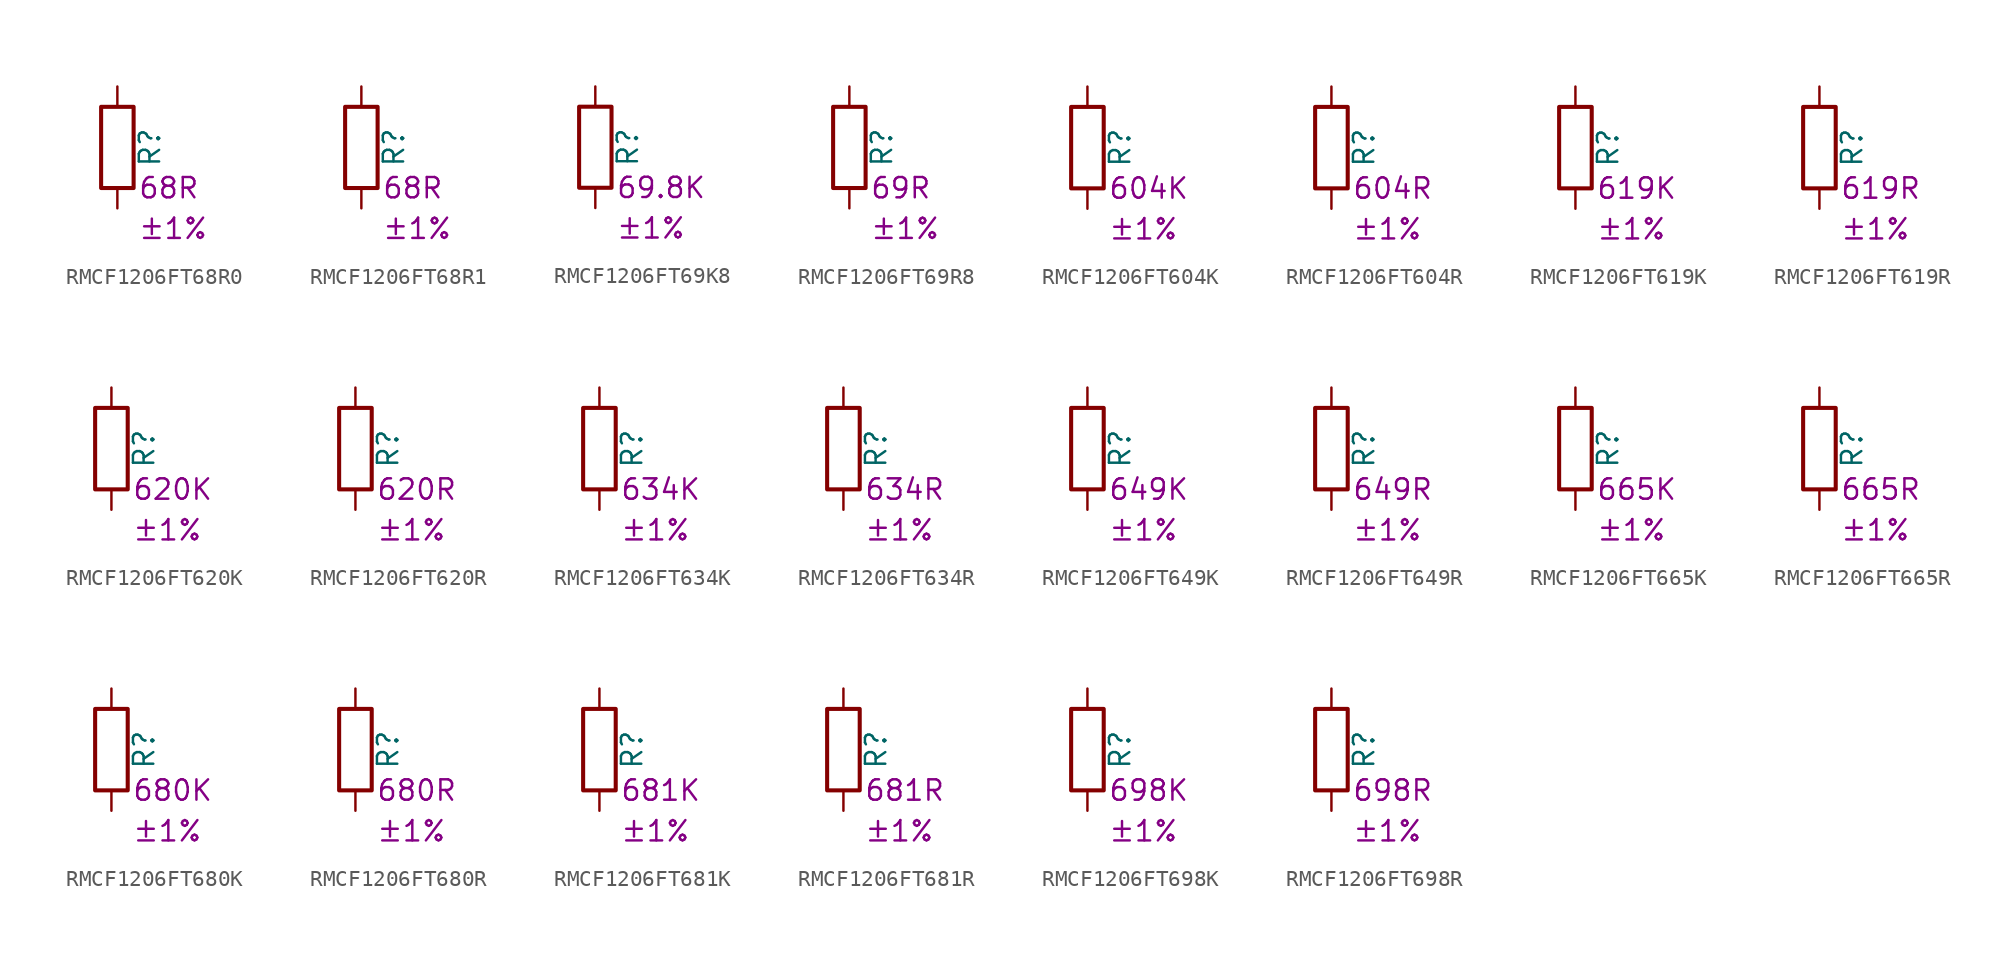
<source format=kicad_sym>
(kicad_symbol_lib
  (version 20220914)
  (generator kicad_symbol_editor)
  (symbol "RMCF1206FT68R0"
    (pin_numbers hide)
    (pin_names
      (offset 0))
    (property "Reference" "R"
      (at 2.032 0 90)
      (effects (font (size 1.27 1.27))))
    (property "Resistance" "68R"
      (at 1.27 -2.54 0)
      (effects (font (size 1.27 1.27)) (justify left)))
    (property "Tolerance" "±1%"
      (at 1.27 -5.08 0)
      (effects (font (size 1.27 1.27)) (justify left)))
    (symbol "RMCF1206FT68R0_0_1"
      (rectangle (start -1.016 -2.54) (end 1.016 2.54) (stroke (width 0.254) (type default)) (fill (type none))))
    (symbol "RMCF1206FT68R0_1_1"
      (pin passive line (at 0 3.81 270) (length 1.27) (name "~" (effects (font (size 1.27 1.27)))) (number "1" (effects (font (size 1.27 1.27)))))
      (pin passive line (at 0 -3.81 90) (length 1.27) (name "~" (effects (font (size 1.27 1.27)))) (number "2" (effects (font (size 1.27 1.27)))))))
  (symbol "RMCF1206FT68R1"
    (pin_numbers hide)
    (pin_names
      (offset 0))
    (property "Reference" "R"
      (at 2.032 0 90)
      (effects (font (size 1.27 1.27))))
    (property "Resistance" "68R"
      (at 1.27 -2.54 0)
      (effects (font (size 1.27 1.27)) (justify left)))
    (property "Tolerance" "±1%"
      (at 1.27 -5.08 0)
      (effects (font (size 1.27 1.27)) (justify left)))
    (symbol "RMCF1206FT68R1_0_1"
      (rectangle (start -1.016 -2.54) (end 1.016 2.54) (stroke (width 0.254) (type default)) (fill (type none))))
    (symbol "RMCF1206FT68R1_1_1"
      (pin passive line (at 0 3.81 270) (length 1.27) (name "~" (effects (font (size 1.27 1.27)))) (number "1" (effects (font (size 1.27 1.27)))))
      (pin passive line (at 0 -3.81 90) (length 1.27) (name "~" (effects (font (size 1.27 1.27)))) (number "2" (effects (font (size 1.27 1.27)))))))
  (symbol "RMCF1206FT69K8"
    (pin_numbers hide)
    (pin_names
      (offset 0))
    (property "Reference" "R"
      (at 2.032 0 90)
      (effects (font (size 1.27 1.27))))
    (property "Resistance" "69.8K"
      (at 1.27 -2.54 0)
      (effects (font (size 1.27 1.27)) (justify left)))
    (property "Tolerance" "±1%"
      (at 1.27 -5.08 0)
      (effects (font (size 1.27 1.27)) (justify left)))
    (symbol "RMCF1206FT69K8_0_1"
      (rectangle (start -1.016 -2.54) (end 1.016 2.54) (stroke (width 0.254) (type default)) (fill (type none))))
    (symbol "RMCF1206FT69K8_1_1"
      (pin passive line (at 0 3.81 270) (length 1.27) (name "~" (effects (font (size 1.27 1.27)))) (number "1" (effects (font (size 1.27 1.27)))))
      (pin passive line (at 0 -3.81 90) (length 1.27) (name "~" (effects (font (size 1.27 1.27)))) (number "2" (effects (font (size 1.27 1.27)))))))
  (symbol "RMCF1206FT69R8"
    (pin_numbers hide)
    (pin_names
      (offset 0))
    (property "Reference" "R"
      (at 2.032 0 90)
      (effects (font (size 1.27 1.27))))
    (property "Resistance" "69R"
      (at 1.27 -2.54 0)
      (effects (font (size 1.27 1.27)) (justify left)))
    (property "Tolerance" "±1%"
      (at 1.27 -5.08 0)
      (effects (font (size 1.27 1.27)) (justify left)))
    (symbol "RMCF1206FT69R8_0_1"
      (rectangle (start -1.016 -2.54) (end 1.016 2.54) (stroke (width 0.254) (type default)) (fill (type none))))
    (symbol "RMCF1206FT69R8_1_1"
      (pin passive line (at 0 3.81 270) (length 1.27) (name "~" (effects (font (size 1.27 1.27)))) (number "1" (effects (font (size 1.27 1.27)))))
      (pin passive line (at 0 -3.81 90) (length 1.27) (name "~" (effects (font (size 1.27 1.27)))) (number "2" (effects (font (size 1.27 1.27)))))))
  (symbol "RMCF1206FT604K"
    (pin_numbers hide)
    (pin_names
      (offset 0))
    (property "Reference" "R"
      (at 2.032 0 90)
      (effects (font (size 1.27 1.27))))
    (property "Resistance" "604K"
      (at 1.27 -2.54 0)
      (effects (font (size 1.27 1.27)) (justify left)))
    (property "Tolerance" "±1%"
      (at 1.27 -5.08 0)
      (effects (font (size 1.27 1.27)) (justify left)))
    (symbol "RMCF1206FT604K_0_1"
      (rectangle (start -1.016 -2.54) (end 1.016 2.54) (stroke (width 0.254) (type default)) (fill (type none))))
    (symbol "RMCF1206FT604K_1_1"
      (pin passive line (at 0 3.81 270) (length 1.27) (name "~" (effects (font (size 1.27 1.27)))) (number "1" (effects (font (size 1.27 1.27)))))
      (pin passive line (at 0 -3.81 90) (length 1.27) (name "~" (effects (font (size 1.27 1.27)))) (number "2" (effects (font (size 1.27 1.27)))))))
  (symbol "RMCF1206FT604R"
    (pin_numbers hide)
    (pin_names
      (offset 0))
    (property "Reference" "R"
      (at 2.032 0 90)
      (effects (font (size 1.27 1.27))))
    (property "Resistance" "604R"
      (at 1.27 -2.54 0)
      (effects (font (size 1.27 1.27)) (justify left)))
    (property "Tolerance" "±1%"
      (at 1.27 -5.08 0)
      (effects (font (size 1.27 1.27)) (justify left)))
    (symbol "RMCF1206FT604R_0_1"
      (rectangle (start -1.016 -2.54) (end 1.016 2.54) (stroke (width 0.254) (type default)) (fill (type none))))
    (symbol "RMCF1206FT604R_1_1"
      (pin passive line (at 0 3.81 270) (length 1.27) (name "~" (effects (font (size 1.27 1.27)))) (number "1" (effects (font (size 1.27 1.27)))))
      (pin passive line (at 0 -3.81 90) (length 1.27) (name "~" (effects (font (size 1.27 1.27)))) (number "2" (effects (font (size 1.27 1.27)))))))
  (symbol "RMCF1206FT619K"
    (pin_numbers hide)
    (pin_names
      (offset 0))
    (property "Reference" "R"
      (at 2.032 0 90)
      (effects (font (size 1.27 1.27))))
    (property "Resistance" "619K"
      (at 1.27 -2.54 0)
      (effects (font (size 1.27 1.27)) (justify left)))
    (property "Tolerance" "±1%"
      (at 1.27 -5.08 0)
      (effects (font (size 1.27 1.27)) (justify left)))
    (symbol "RMCF1206FT619K_0_1"
      (rectangle (start -1.016 -2.54) (end 1.016 2.54) (stroke (width 0.254) (type default)) (fill (type none))))
    (symbol "RMCF1206FT619K_1_1"
      (pin passive line (at 0 3.81 270) (length 1.27) (name "~" (effects (font (size 1.27 1.27)))) (number "1" (effects (font (size 1.27 1.27)))))
      (pin passive line (at 0 -3.81 90) (length 1.27) (name "~" (effects (font (size 1.27 1.27)))) (number "2" (effects (font (size 1.27 1.27)))))))
  (symbol "RMCF1206FT619R"
    (pin_numbers hide)
    (pin_names
      (offset 0))
    (property "Reference" "R"
      (at 2.032 0 90)
      (effects (font (size 1.27 1.27))))
    (property "Resistance" "619R"
      (at 1.27 -2.54 0)
      (effects (font (size 1.27 1.27)) (justify left)))
    (property "Tolerance" "±1%"
      (at 1.27 -5.08 0)
      (effects (font (size 1.27 1.27)) (justify left)))
    (symbol "RMCF1206FT619R_0_1"
      (rectangle (start -1.016 -2.54) (end 1.016 2.54) (stroke (width 0.254) (type default)) (fill (type none))))
    (symbol "RMCF1206FT619R_1_1"
      (pin passive line (at 0 3.81 270) (length 1.27) (name "~" (effects (font (size 1.27 1.27)))) (number "1" (effects (font (size 1.27 1.27)))))
      (pin passive line (at 0 -3.81 90) (length 1.27) (name "~" (effects (font (size 1.27 1.27)))) (number "2" (effects (font (size 1.27 1.27)))))))
  (symbol "RMCF1206FT620K"
    (pin_numbers hide)
    (pin_names
      (offset 0))
    (property "Reference" "R"
      (at 2.032 0 90)
      (effects (font (size 1.27 1.27))))
    (property "Resistance" "620K"
      (at 1.27 -2.54 0)
      (effects (font (size 1.27 1.27)) (justify left)))
    (property "Tolerance" "±1%"
      (at 1.27 -5.08 0)
      (effects (font (size 1.27 1.27)) (justify left)))
    (symbol "RMCF1206FT620K_0_1"
      (rectangle (start -1.016 -2.54) (end 1.016 2.54) (stroke (width 0.254) (type default)) (fill (type none))))
    (symbol "RMCF1206FT620K_1_1"
      (pin passive line (at 0 3.81 270) (length 1.27) (name "~" (effects (font (size 1.27 1.27)))) (number "1" (effects (font (size 1.27 1.27)))))
      (pin passive line (at 0 -3.81 90) (length 1.27) (name "~" (effects (font (size 1.27 1.27)))) (number "2" (effects (font (size 1.27 1.27)))))))
  (symbol "RMCF1206FT620R"
    (pin_numbers hide)
    (pin_names
      (offset 0))
    (property "Reference" "R"
      (at 2.032 0 90)
      (effects (font (size 1.27 1.27))))
    (property "Resistance" "620R"
      (at 1.27 -2.54 0)
      (effects (font (size 1.27 1.27)) (justify left)))
    (property "Tolerance" "±1%"
      (at 1.27 -5.08 0)
      (effects (font (size 1.27 1.27)) (justify left)))
    (symbol "RMCF1206FT620R_0_1"
      (rectangle (start -1.016 -2.54) (end 1.016 2.54) (stroke (width 0.254) (type default)) (fill (type none))))
    (symbol "RMCF1206FT620R_1_1"
      (pin passive line (at 0 3.81 270) (length 1.27) (name "~" (effects (font (size 1.27 1.27)))) (number "1" (effects (font (size 1.27 1.27)))))
      (pin passive line (at 0 -3.81 90) (length 1.27) (name "~" (effects (font (size 1.27 1.27)))) (number "2" (effects (font (size 1.27 1.27)))))))
  (symbol "RMCF1206FT634K"
    (pin_numbers hide)
    (pin_names
      (offset 0))
    (property "Reference" "R"
      (at 2.032 0 90)
      (effects (font (size 1.27 1.27))))
    (property "Resistance" "634K"
      (at 1.27 -2.54 0)
      (effects (font (size 1.27 1.27)) (justify left)))
    (property "Tolerance" "±1%"
      (at 1.27 -5.08 0)
      (effects (font (size 1.27 1.27)) (justify left)))
    (symbol "RMCF1206FT634K_0_1"
      (rectangle (start -1.016 -2.54) (end 1.016 2.54) (stroke (width 0.254) (type default)) (fill (type none))))
    (symbol "RMCF1206FT634K_1_1"
      (pin passive line (at 0 3.81 270) (length 1.27) (name "~" (effects (font (size 1.27 1.27)))) (number "1" (effects (font (size 1.27 1.27)))))
      (pin passive line (at 0 -3.81 90) (length 1.27) (name "~" (effects (font (size 1.27 1.27)))) (number "2" (effects (font (size 1.27 1.27)))))))
  (symbol "RMCF1206FT634R"
    (pin_numbers hide)
    (pin_names
      (offset 0))
    (property "Reference" "R"
      (at 2.032 0 90)
      (effects (font (size 1.27 1.27))))
    (property "Resistance" "634R"
      (at 1.27 -2.54 0)
      (effects (font (size 1.27 1.27)) (justify left)))
    (property "Tolerance" "±1%"
      (at 1.27 -5.08 0)
      (effects (font (size 1.27 1.27)) (justify left)))
    (symbol "RMCF1206FT634R_0_1"
      (rectangle (start -1.016 -2.54) (end 1.016 2.54) (stroke (width 0.254) (type default)) (fill (type none))))
    (symbol "RMCF1206FT634R_1_1"
      (pin passive line (at 0 3.81 270) (length 1.27) (name "~" (effects (font (size 1.27 1.27)))) (number "1" (effects (font (size 1.27 1.27)))))
      (pin passive line (at 0 -3.81 90) (length 1.27) (name "~" (effects (font (size 1.27 1.27)))) (number "2" (effects (font (size 1.27 1.27)))))))
  (symbol "RMCF1206FT649K"
    (pin_numbers hide)
    (pin_names
      (offset 0))
    (property "Reference" "R"
      (at 2.032 0 90)
      (effects (font (size 1.27 1.27))))
    (property "Resistance" "649K"
      (at 1.27 -2.54 0)
      (effects (font (size 1.27 1.27)) (justify left)))
    (property "Tolerance" "±1%"
      (at 1.27 -5.08 0)
      (effects (font (size 1.27 1.27)) (justify left)))
    (symbol "RMCF1206FT649K_0_1"
      (rectangle (start -1.016 -2.54) (end 1.016 2.54) (stroke (width 0.254) (type default)) (fill (type none))))
    (symbol "RMCF1206FT649K_1_1"
      (pin passive line (at 0 3.81 270) (length 1.27) (name "~" (effects (font (size 1.27 1.27)))) (number "1" (effects (font (size 1.27 1.27)))))
      (pin passive line (at 0 -3.81 90) (length 1.27) (name "~" (effects (font (size 1.27 1.27)))) (number "2" (effects (font (size 1.27 1.27)))))))
  (symbol "RMCF1206FT649R"
    (pin_numbers hide)
    (pin_names
      (offset 0))
    (property "Reference" "R"
      (at 2.032 0 90)
      (effects (font (size 1.27 1.27))))
    (property "Resistance" "649R"
      (at 1.27 -2.54 0)
      (effects (font (size 1.27 1.27)) (justify left)))
    (property "Tolerance" "±1%"
      (at 1.27 -5.08 0)
      (effects (font (size 1.27 1.27)) (justify left)))
    (symbol "RMCF1206FT649R_0_1"
      (rectangle (start -1.016 -2.54) (end 1.016 2.54) (stroke (width 0.254) (type default)) (fill (type none))))
    (symbol "RMCF1206FT649R_1_1"
      (pin passive line (at 0 3.81 270) (length 1.27) (name "~" (effects (font (size 1.27 1.27)))) (number "1" (effects (font (size 1.27 1.27)))))
      (pin passive line (at 0 -3.81 90) (length 1.27) (name "~" (effects (font (size 1.27 1.27)))) (number "2" (effects (font (size 1.27 1.27)))))))
  (symbol "RMCF1206FT665K"
    (pin_numbers hide)
    (pin_names
      (offset 0))
    (property "Reference" "R"
      (at 2.032 0 90)
      (effects (font (size 1.27 1.27))))
    (property "Resistance" "665K"
      (at 1.27 -2.54 0)
      (effects (font (size 1.27 1.27)) (justify left)))
    (property "Tolerance" "±1%"
      (at 1.27 -5.08 0)
      (effects (font (size 1.27 1.27)) (justify left)))
    (symbol "RMCF1206FT665K_0_1"
      (rectangle (start -1.016 -2.54) (end 1.016 2.54) (stroke (width 0.254) (type default)) (fill (type none))))
    (symbol "RMCF1206FT665K_1_1"
      (pin passive line (at 0 3.81 270) (length 1.27) (name "~" (effects (font (size 1.27 1.27)))) (number "1" (effects (font (size 1.27 1.27)))))
      (pin passive line (at 0 -3.81 90) (length 1.27) (name "~" (effects (font (size 1.27 1.27)))) (number "2" (effects (font (size 1.27 1.27)))))))
  (symbol "RMCF1206FT665R"
    (pin_numbers hide)
    (pin_names
      (offset 0))
    (property "Reference" "R"
      (at 2.032 0 90)
      (effects (font (size 1.27 1.27))))
    (property "Resistance" "665R"
      (at 1.27 -2.54 0)
      (effects (font (size 1.27 1.27)) (justify left)))
    (property "Tolerance" "±1%"
      (at 1.27 -5.08 0)
      (effects (font (size 1.27 1.27)) (justify left)))
    (symbol "RMCF1206FT665R_0_1"
      (rectangle (start -1.016 -2.54) (end 1.016 2.54) (stroke (width 0.254) (type default)) (fill (type none))))
    (symbol "RMCF1206FT665R_1_1"
      (pin passive line (at 0 3.81 270) (length 1.27) (name "~" (effects (font (size 1.27 1.27)))) (number "1" (effects (font (size 1.27 1.27)))))
      (pin passive line (at 0 -3.81 90) (length 1.27) (name "~" (effects (font (size 1.27 1.27)))) (number "2" (effects (font (size 1.27 1.27)))))))
  (symbol "RMCF1206FT680K"
    (pin_numbers hide)
    (pin_names
      (offset 0))
    (property "Reference" "R"
      (at 2.032 0 90)
      (effects (font (size 1.27 1.27))))
    (property "Resistance" "680K"
      (at 1.27 -2.54 0)
      (effects (font (size 1.27 1.27)) (justify left)))
    (property "Tolerance" "±1%"
      (at 1.27 -5.08 0)
      (effects (font (size 1.27 1.27)) (justify left)))
    (symbol "RMCF1206FT680K_0_1"
      (rectangle (start -1.016 -2.54) (end 1.016 2.54) (stroke (width 0.254) (type default)) (fill (type none))))
    (symbol "RMCF1206FT680K_1_1"
      (pin passive line (at 0 3.81 270) (length 1.27) (name "~" (effects (font (size 1.27 1.27)))) (number "1" (effects (font (size 1.27 1.27)))))
      (pin passive line (at 0 -3.81 90) (length 1.27) (name "~" (effects (font (size 1.27 1.27)))) (number "2" (effects (font (size 1.27 1.27)))))))
  (symbol "RMCF1206FT680R"
    (pin_numbers hide)
    (pin_names
      (offset 0))
    (property "Reference" "R"
      (at 2.032 0 90)
      (effects (font (size 1.27 1.27))))
    (property "Resistance" "680R"
      (at 1.27 -2.54 0)
      (effects (font (size 1.27 1.27)) (justify left)))
    (property "Tolerance" "±1%"
      (at 1.27 -5.08 0)
      (effects (font (size 1.27 1.27)) (justify left)))
    (symbol "RMCF1206FT680R_0_1"
      (rectangle (start -1.016 -2.54) (end 1.016 2.54) (stroke (width 0.254) (type default)) (fill (type none))))
    (symbol "RMCF1206FT680R_1_1"
      (pin passive line (at 0 3.81 270) (length 1.27) (name "~" (effects (font (size 1.27 1.27)))) (number "1" (effects (font (size 1.27 1.27)))))
      (pin passive line (at 0 -3.81 90) (length 1.27) (name "~" (effects (font (size 1.27 1.27)))) (number "2" (effects (font (size 1.27 1.27)))))))
  (symbol "RMCF1206FT681K"
    (pin_numbers hide)
    (pin_names
      (offset 0))
    (property "Reference" "R"
      (at 2.032 0 90)
      (effects (font (size 1.27 1.27))))
    (property "Resistance" "681K"
      (at 1.27 -2.54 0)
      (effects (font (size 1.27 1.27)) (justify left)))
    (property "Tolerance" "±1%"
      (at 1.27 -5.08 0)
      (effects (font (size 1.27 1.27)) (justify left)))
    (symbol "RMCF1206FT681K_0_1"
      (rectangle (start -1.016 -2.54) (end 1.016 2.54) (stroke (width 0.254) (type default)) (fill (type none))))
    (symbol "RMCF1206FT681K_1_1"
      (pin passive line (at 0 3.81 270) (length 1.27) (name "~" (effects (font (size 1.27 1.27)))) (number "1" (effects (font (size 1.27 1.27)))))
      (pin passive line (at 0 -3.81 90) (length 1.27) (name "~" (effects (font (size 1.27 1.27)))) (number "2" (effects (font (size 1.27 1.27)))))))
  (symbol "RMCF1206FT681R"
    (pin_numbers hide)
    (pin_names
      (offset 0))
    (property "Reference" "R"
      (at 2.032 0 90)
      (effects (font (size 1.27 1.27))))
    (property "Resistance" "681R"
      (at 1.27 -2.54 0)
      (effects (font (size 1.27 1.27)) (justify left)))
    (property "Tolerance" "±1%"
      (at 1.27 -5.08 0)
      (effects (font (size 1.27 1.27)) (justify left)))
    (symbol "RMCF1206FT681R_0_1"
      (rectangle (start -1.016 -2.54) (end 1.016 2.54) (stroke (width 0.254) (type default)) (fill (type none))))
    (symbol "RMCF1206FT681R_1_1"
      (pin passive line (at 0 3.81 270) (length 1.27) (name "~" (effects (font (size 1.27 1.27)))) (number "1" (effects (font (size 1.27 1.27)))))
      (pin passive line (at 0 -3.81 90) (length 1.27) (name "~" (effects (font (size 1.27 1.27)))) (number "2" (effects (font (size 1.27 1.27)))))))
  (symbol "RMCF1206FT698K"
    (pin_numbers hide)
    (pin_names
      (offset 0))
    (property "Reference" "R"
      (at 2.032 0 90)
      (effects (font (size 1.27 1.27))))
    (property "Resistance" "698K"
      (at 1.27 -2.54 0)
      (effects (font (size 1.27 1.27)) (justify left)))
    (property "Tolerance" "±1%"
      (at 1.27 -5.08 0)
      (effects (font (size 1.27 1.27)) (justify left)))
    (symbol "RMCF1206FT698K_0_1"
      (rectangle (start -1.016 -2.54) (end 1.016 2.54) (stroke (width 0.254) (type default)) (fill (type none))))
    (symbol "RMCF1206FT698K_1_1"
      (pin passive line (at 0 3.81 270) (length 1.27) (name "~" (effects (font (size 1.27 1.27)))) (number "1" (effects (font (size 1.27 1.27)))))
      (pin passive line (at 0 -3.81 90) (length 1.27) (name "~" (effects (font (size 1.27 1.27)))) (number "2" (effects (font (size 1.27 1.27)))))))
  (symbol "RMCF1206FT698R"
    (pin_numbers hide)
    (pin_names
      (offset 0))
    (property "Reference" "R"
      (at 2.032 0 90)
      (effects (font (size 1.27 1.27))))
    (property "Resistance" "698R"
      (at 1.27 -2.54 0)
      (effects (font (size 1.27 1.27)) (justify left)))
    (property "Tolerance" "±1%"
      (at 1.27 -5.08 0)
      (effects (font (size 1.27 1.27)) (justify left)))
    (symbol "RMCF1206FT698R_0_1"
      (rectangle (start -1.016 -2.54) (end 1.016 2.54) (stroke (width 0.254) (type default)) (fill (type none))))
    (symbol "RMCF1206FT698R_1_1"
      (pin passive line (at 0 3.81 270) (length 1.27) (name "~" (effects (font (size 1.27 1.27)))) (number "1" (effects (font (size 1.27 1.27)))))
      (pin passive line (at 0 -3.81 90) (length 1.27) (name "~" (effects (font (size 1.27 1.27)))) (number "2" (effects (font (size 1.27 1.27))))))))
</source>
